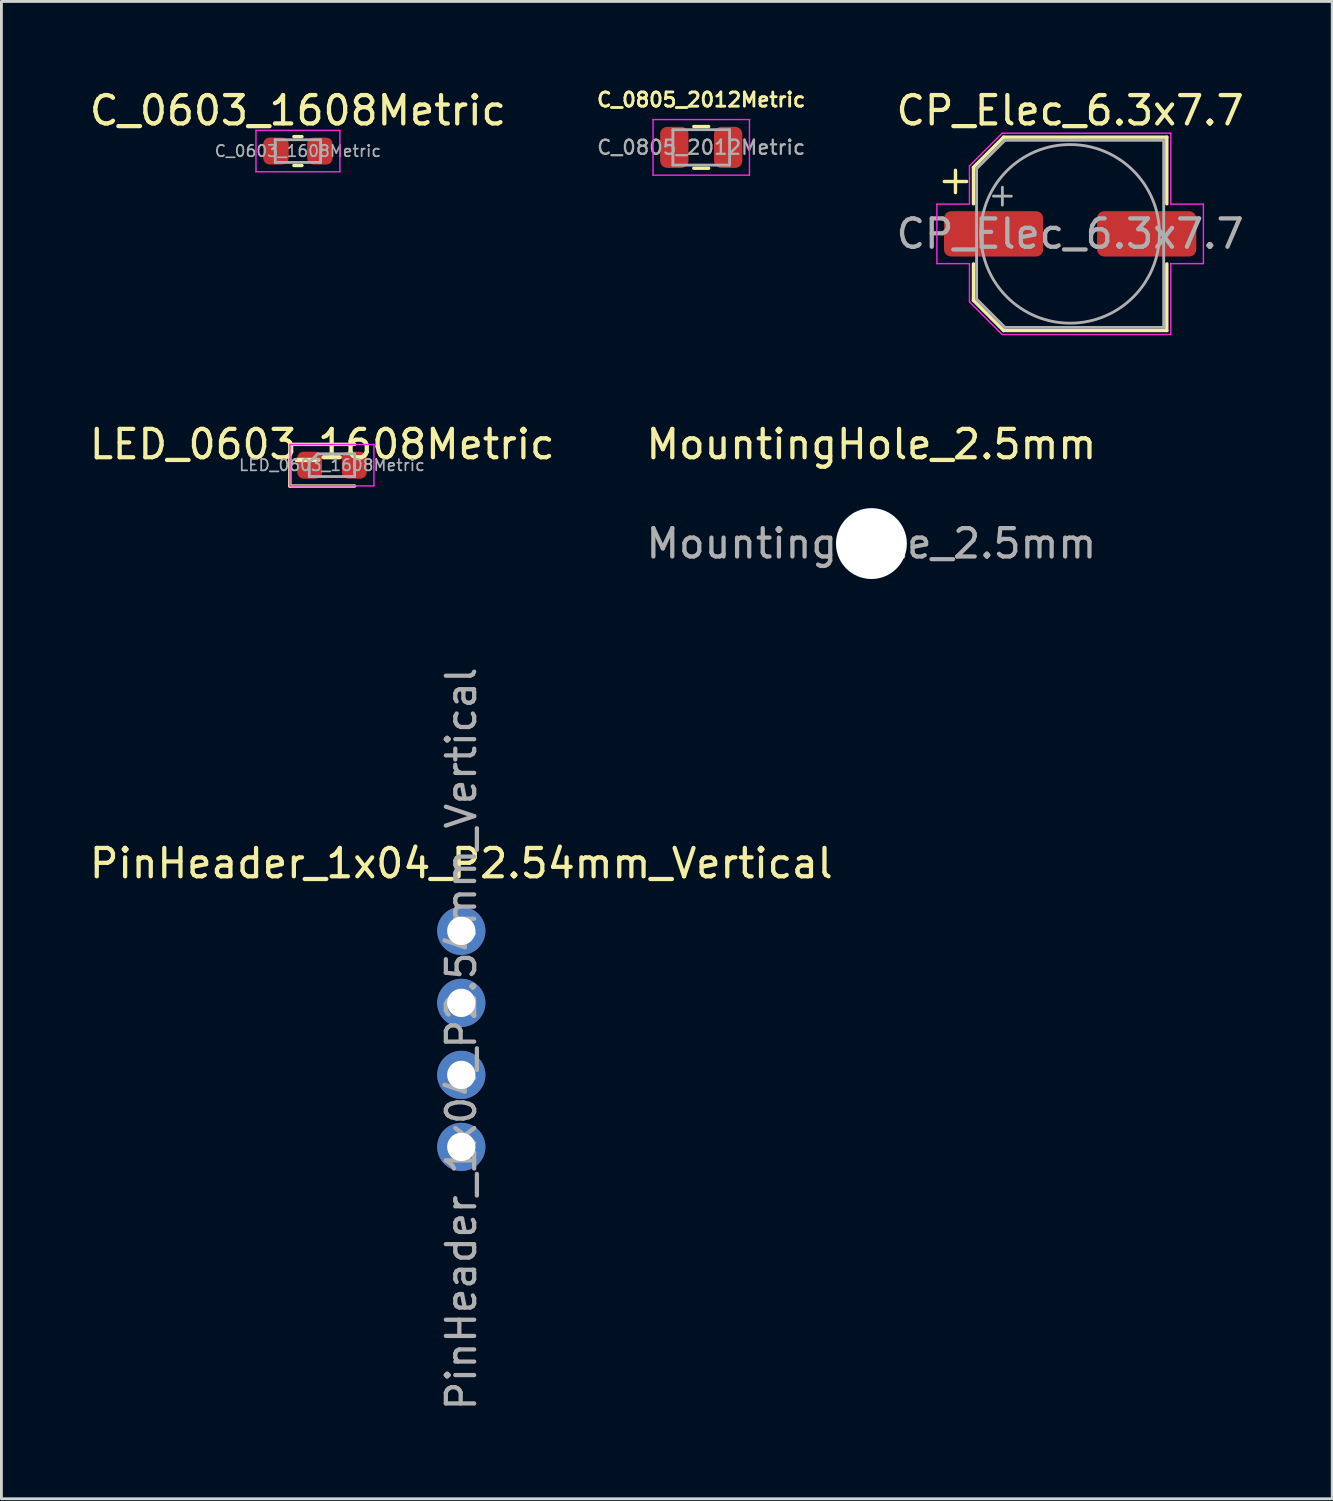
<source format=kicad_pcb>
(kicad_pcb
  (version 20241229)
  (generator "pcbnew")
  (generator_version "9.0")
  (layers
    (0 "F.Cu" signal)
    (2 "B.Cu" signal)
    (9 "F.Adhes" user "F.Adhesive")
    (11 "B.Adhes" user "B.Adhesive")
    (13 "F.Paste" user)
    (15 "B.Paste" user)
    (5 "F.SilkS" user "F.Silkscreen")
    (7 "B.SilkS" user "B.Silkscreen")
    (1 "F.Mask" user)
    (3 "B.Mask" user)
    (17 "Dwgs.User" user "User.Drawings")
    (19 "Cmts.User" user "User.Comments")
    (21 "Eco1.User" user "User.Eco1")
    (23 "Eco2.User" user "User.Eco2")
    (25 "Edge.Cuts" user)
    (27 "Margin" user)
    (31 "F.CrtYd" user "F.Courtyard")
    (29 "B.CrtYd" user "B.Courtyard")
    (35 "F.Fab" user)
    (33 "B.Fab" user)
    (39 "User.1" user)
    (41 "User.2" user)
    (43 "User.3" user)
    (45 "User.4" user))
  (footprint "PinHeader_1x04_P2.54mm_Vertical"
    (layer "F.Cu")
    (at 13.22 29.782)
    (property "Reference" "PinHeader_1x04_P2.54mm_Vertical" (at 0 -2.38 0) (layer "F.SilkS") (effects (font (size 1 1) (thickness 0.15))))
    (attr through_hole)
    (fp_text user "${REFERENCE}" (at 0 3.81 270) (layer "F.Fab") (effects (font (size 1 1) (thickness 0.15))))
    (pad "1" thru_hole circle (at 0 0) (size 1.7 1.7) (drill 1) (layers "*.Cu" "*.Mask"))
    (pad "2" thru_hole circle (at 0 2.54) (size 1.7 1.7) (drill 1) (layers "*.Cu" "*.Mask"))
    (pad "3" thru_hole circle (at 0 5.08) (size 1.7 1.7) (drill 1) (layers "*.Cu" "*.Mask"))
    (pad "4" thru_hole circle (at 0 7.62) (size 1.7 1.7) (drill 1) (layers "*.Cu" "*.Mask")))
  (footprint "LED_0603_1608Metric"
    (layer "F.Cu")
    (at 8.658 13.357)
    (property "Reference" "LED_0603_1608Metric" (at -0.343 -0.735 0) (layer "F.SilkS") (effects (font (size 1 1) (thickness 0.15))))
    (attr smd)
    (fp_line (start -1.485 -0.735) (end -1.485 0.735) (stroke (width 0.12) (type solid)) (layer "F.SilkS"))
    (fp_line (start -1.485 0.735) (end 0.8 0.735) (stroke (width 0.12) (type solid)) (layer "F.SilkS"))
    (fp_line (start 0.8 -0.735) (end -1.485 -0.735) (stroke (width 0.12) (type solid)) (layer "F.SilkS"))
    (fp_line (start -1.48 -0.73) (end 1.48 -0.73) (stroke (width 0.05) (type solid)) (layer "F.CrtYd"))
    (fp_line (start -1.48 0.73) (end -1.48 -0.73) (stroke (width 0.05) (type solid)) (layer "F.CrtYd"))
    (fp_line (start 1.48 -0.73) (end 1.48 0.73) (stroke (width 0.05) (type solid)) (layer "F.CrtYd"))
    (fp_line (start 1.48 0.73) (end -1.48 0.73) (stroke (width 0.05) (type solid)) (layer "F.CrtYd"))
    (fp_line (start -0.8 -0.1) (end -0.8 0.4) (stroke (width 0.1) (type solid)) (layer "F.Fab"))
    (fp_line (start -0.8 0.4) (end 0.8 0.4) (stroke (width 0.1) (type solid)) (layer "F.Fab"))
    (fp_line (start -0.5 -0.4) (end -0.8 -0.1) (stroke (width 0.1) (type solid)) (layer "F.Fab"))
    (fp_line (start 0.8 -0.4) (end -0.5 -0.4) (stroke (width 0.1) (type solid)) (layer "F.Fab"))
    (fp_line (start 0.8 0.4) (end 0.8 -0.4) (stroke (width 0.1) (type solid)) (layer "F.Fab"))
    (fp_text user "${REFERENCE}" (at 0 0 0) (layer "F.Fab") (effects (font (size 0.4 0.4) (thickness 0.06))))
    (pad "1" smd roundrect (at -0.787 0) (size 0.875 0.95) (layers "F.Cu" "F.Mask" "F.Paste") (roundrect_rratio 0.25))
    (pad "2" smd roundrect (at 0.787 0) (size 0.875 0.95) (layers "F.Cu" "F.Mask" "F.Paste") (roundrect_rratio 0.25)))
  (footprint "C_0805_2012Metric"
    (layer "F.Cu")
    (at 21.683 2.148)
    (property "Reference" "C_0805_2012Metric" (at 0 -1.68 0) (layer "F.SilkS") (effects (font (size 0.5 0.5) (thickness 0.1) (bold yes))))
    (attr smd)
    (fp_line (start -0.261 -0.735) (end 0.261 -0.735) (stroke (width 0.12) (type solid)) (layer "F.SilkS"))
    (fp_line (start -0.261 0.735) (end 0.261 0.735) (stroke (width 0.12) (type solid)) (layer "F.SilkS"))
    (fp_line (start -1.7 -0.98) (end 1.7 -0.98) (stroke (width 0.05) (type solid)) (layer "F.CrtYd"))
    (fp_line (start -1.7 0.98) (end -1.7 -0.98) (stroke (width 0.05) (type solid)) (layer "F.CrtYd"))
    (fp_line (start 1.7 -0.98) (end 1.7 0.98) (stroke (width 0.05) (type solid)) (layer "F.CrtYd"))
    (fp_line (start 1.7 0.98) (end -1.7 0.98) (stroke (width 0.05) (type solid)) (layer "F.CrtYd"))
    (fp_line (start -1 -0.625) (end 1 -0.625) (stroke (width 0.1) (type solid)) (layer "F.Fab"))
    (fp_line (start -1 0.625) (end -1 -0.625) (stroke (width 0.1) (type solid)) (layer "F.Fab"))
    (fp_line (start 1 -0.625) (end 1 0.625) (stroke (width 0.1) (type solid)) (layer "F.Fab"))
    (fp_line (start 1 0.625) (end -1 0.625) (stroke (width 0.1) (type solid)) (layer "F.Fab"))
    (fp_text user "${REFERENCE}" (at 0 0 0) (layer "F.Fab") (effects (font (size 0.5 0.5) (thickness 0.08))))
    (pad "1" smd roundrect (at -0.95 0) (size 1 1.45) (layers "F.Cu" "F.Mask" "F.Paste") (roundrect_rratio 0.25))
    (pad "2" smd roundrect (at 0.95 0) (size 1 1.45) (layers "F.Cu" "F.Mask" "F.Paste") (roundrect_rratio 0.25)))
  (footprint "MountingHole_2.5mm"
    (layer "F.Cu")
    (at 27.685 16.122)
    (property "Reference" "MountingHole_2.5mm" (at 0 -3.5 0) (layer "F.SilkS") (effects (font (size 1 1) (thickness 0.15))))
    (attr exclude_from_pos_files exclude_from_bom)
    (fp_text user "${REFERENCE}" (at 0 0 0) (layer "F.Fab") (effects (font (size 1 1) (thickness 0.15))))
    (pad "" np_thru_hole circle (at 0 0) (size 2.5 2.5) (drill 2.5) (layers "*.Cu" "*.Mask")))
  (footprint "C_0603_1608Metric"
    (layer "F.Cu")
    (at 7.458 2.278)
    (property "Reference" "C_0603_1608Metric" (at 0 -1.43 0) (layer "F.SilkS") (effects (font (size 1 1) (thickness 0.15))))
    (attr smd)
    (fp_line (start -0.141 -0.51) (end 0.141 -0.51) (stroke (width 0.12) (type solid)) (layer "F.SilkS"))
    (fp_line (start -0.141 0.51) (end 0.141 0.51) (stroke (width 0.12) (type solid)) (layer "F.SilkS"))
    (fp_line (start -1.48 -0.73) (end 1.48 -0.73) (stroke (width 0.05) (type solid)) (layer "F.CrtYd"))
    (fp_line (start -1.48 0.73) (end -1.48 -0.73) (stroke (width 0.05) (type solid)) (layer "F.CrtYd"))
    (fp_line (start 1.48 -0.73) (end 1.48 0.73) (stroke (width 0.05) (type solid)) (layer "F.CrtYd"))
    (fp_line (start 1.48 0.73) (end -1.48 0.73) (stroke (width 0.05) (type solid)) (layer "F.CrtYd"))
    (fp_line (start -0.8 -0.4) (end 0.8 -0.4) (stroke (width 0.1) (type solid)) (layer "F.Fab"))
    (fp_line (start -0.8 0.4) (end -0.8 -0.4) (stroke (width 0.1) (type solid)) (layer "F.Fab"))
    (fp_line (start 0.8 -0.4) (end 0.8 0.4) (stroke (width 0.1) (type solid)) (layer "F.Fab"))
    (fp_line (start 0.8 0.4) (end -0.8 0.4) (stroke (width 0.1) (type solid)) (layer "F.Fab"))
    (fp_text user "${REFERENCE}" (at 0 0 0) (layer "F.Fab") (effects (font (size 0.4 0.4) (thickness 0.06))))
    (pad "1" smd roundrect (at -0.775 0) (size 0.9 0.95) (layers "F.Cu" "F.Mask" "F.Paste") (roundrect_rratio 0.25))
    (pad "2" smd roundrect (at 0.775 0) (size 0.9 0.95) (layers "F.Cu" "F.Mask" "F.Paste") (roundrect_rratio 0.25)))
  (footprint "CP_Elec_6.3x7.7"
    (layer "F.Cu")
    (at 34.694 5.198)
    (property "Reference" "CP_Elec_6.3x7.7" (at 0 -4.35 180) (layer "F.SilkS") (effects (font (size 1 1) (thickness 0.15))))
    (attr smd)
    (fp_line (start -4.438 -1.847) (end -3.65 -1.847) (stroke (width 0.12) (type solid)) (layer "F.SilkS"))
    (fp_line (start -4.044 -2.241) (end -4.044 -1.454) (stroke (width 0.12) (type solid)) (layer "F.SilkS"))
    (fp_line (start -3.41 -2.346) (end -3.41 -1.06) (stroke (width 0.12) (type solid)) (layer "F.SilkS"))
    (fp_line (start -3.41 -2.346) (end -2.346 -3.41) (stroke (width 0.12) (type solid)) (layer "F.SilkS"))
    (fp_line (start -3.41 2.346) (end -3.41 1.06) (stroke (width 0.12) (type solid)) (layer "F.SilkS"))
    (fp_line (start -3.41 2.346) (end -2.346 3.41) (stroke (width 0.12) (type solid)) (layer "F.SilkS"))
    (fp_line (start -2.346 -3.41) (end 3.41 -3.41) (stroke (width 0.12) (type solid)) (layer "F.SilkS"))
    (fp_line (start -2.346 3.41) (end 3.41 3.41) (stroke (width 0.12) (type solid)) (layer "F.SilkS"))
    (fp_line (start 3.41 -3.41) (end 3.41 -1.06) (stroke (width 0.12) (type solid)) (layer "F.SilkS"))
    (fp_line (start 3.41 3.41) (end 3.41 1.06) (stroke (width 0.12) (type solid)) (layer "F.SilkS"))
    (fp_line (start -4.7 -1.05) (end -4.7 1.05) (stroke (width 0.05) (type solid)) (layer "F.CrtYd"))
    (fp_line (start -4.7 1.05) (end -3.55 1.05) (stroke (width 0.05) (type solid)) (layer "F.CrtYd"))
    (fp_line (start -3.55 -2.4) (end -3.55 -1.05) (stroke (width 0.05) (type solid)) (layer "F.CrtYd"))
    (fp_line (start -3.55 -2.4) (end -2.4 -3.55) (stroke (width 0.05) (type solid)) (layer "F.CrtYd"))
    (fp_line (start -3.55 -1.05) (end -4.7 -1.05) (stroke (width 0.05) (type solid)) (layer "F.CrtYd"))
    (fp_line (start -3.55 1.05) (end -3.55 2.4) (stroke (width 0.05) (type solid)) (layer "F.CrtYd"))
    (fp_line (start -3.55 2.4) (end -2.4 3.55) (stroke (width 0.05) (type solid)) (layer "F.CrtYd"))
    (fp_line (start -2.4 -3.55) (end 3.55 -3.55) (stroke (width 0.05) (type solid)) (layer "F.CrtYd"))
    (fp_line (start -2.4 3.55) (end 3.55 3.55) (stroke (width 0.05) (type solid)) (layer "F.CrtYd"))
    (fp_line (start 3.55 -3.55) (end 3.55 -1.05) (stroke (width 0.05) (type solid)) (layer "F.CrtYd"))
    (fp_line (start 3.55 -1.05) (end 4.7 -1.05) (stroke (width 0.05) (type solid)) (layer "F.CrtYd"))
    (fp_line (start 3.55 1.05) (end 3.55 3.55) (stroke (width 0.05) (type solid)) (layer "F.CrtYd"))
    (fp_line (start 4.7 -1.05) (end 4.7 1.05) (stroke (width 0.05) (type solid)) (layer "F.CrtYd"))
    (fp_line (start 4.7 1.05) (end 3.55 1.05) (stroke (width 0.05) (type solid)) (layer "F.CrtYd"))
    (fp_line (start -3.3 -2.3) (end -3.3 2.3) (stroke (width 0.1) (type solid)) (layer "F.Fab"))
    (fp_line (start -3.3 -2.3) (end -2.3 -3.3) (stroke (width 0.1) (type solid)) (layer "F.Fab"))
    (fp_line (start -3.3 2.3) (end -2.3 3.3) (stroke (width 0.1) (type solid)) (layer "F.Fab"))
    (fp_line (start -2.705 -1.33) (end -2.075 -1.33) (stroke (width 0.1) (type solid)) (layer "F.Fab"))
    (fp_line (start -2.39 -1.645) (end -2.39 -1.015) (stroke (width 0.1) (type solid)) (layer "F.Fab"))
    (fp_line (start -2.3 -3.3) (end 3.3 -3.3) (stroke (width 0.1) (type solid)) (layer "F.Fab"))
    (fp_line (start -2.3 3.3) (end 3.3 3.3) (stroke (width 0.1) (type solid)) (layer "F.Fab"))
    (fp_line (start 3.3 -3.3) (end 3.3 3.3) (stroke (width 0.1) (type solid)) (layer "F.Fab"))
    (fp_circle (center 0 0) (end 3.15 0) (stroke (width 0.1) (type solid)) (fill no) (layer "F.Fab"))
    (fp_text user "${REFERENCE}" (at 0 0 180) (layer "F.Fab") (effects (font (size 1 1) (thickness 0.15))))
    (pad "1" smd roundrect (at -2.7 0) (size 3.5 1.6) (layers "F.Cu" "F.Mask" "F.Paste") (roundrect_rratio 0.156))
    (pad "2" smd roundrect (at 2.7 0) (size 3.5 1.6) (layers "F.Cu" "F.Mask" "F.Paste") (roundrect_rratio 0.156)))
  (gr_rect
    (start -3 -3)
    (end 43.938 49.812)
    (stroke (width 0.1) (type default))
    (fill no)
    (layer "Edge.Cuts")))
</source>
